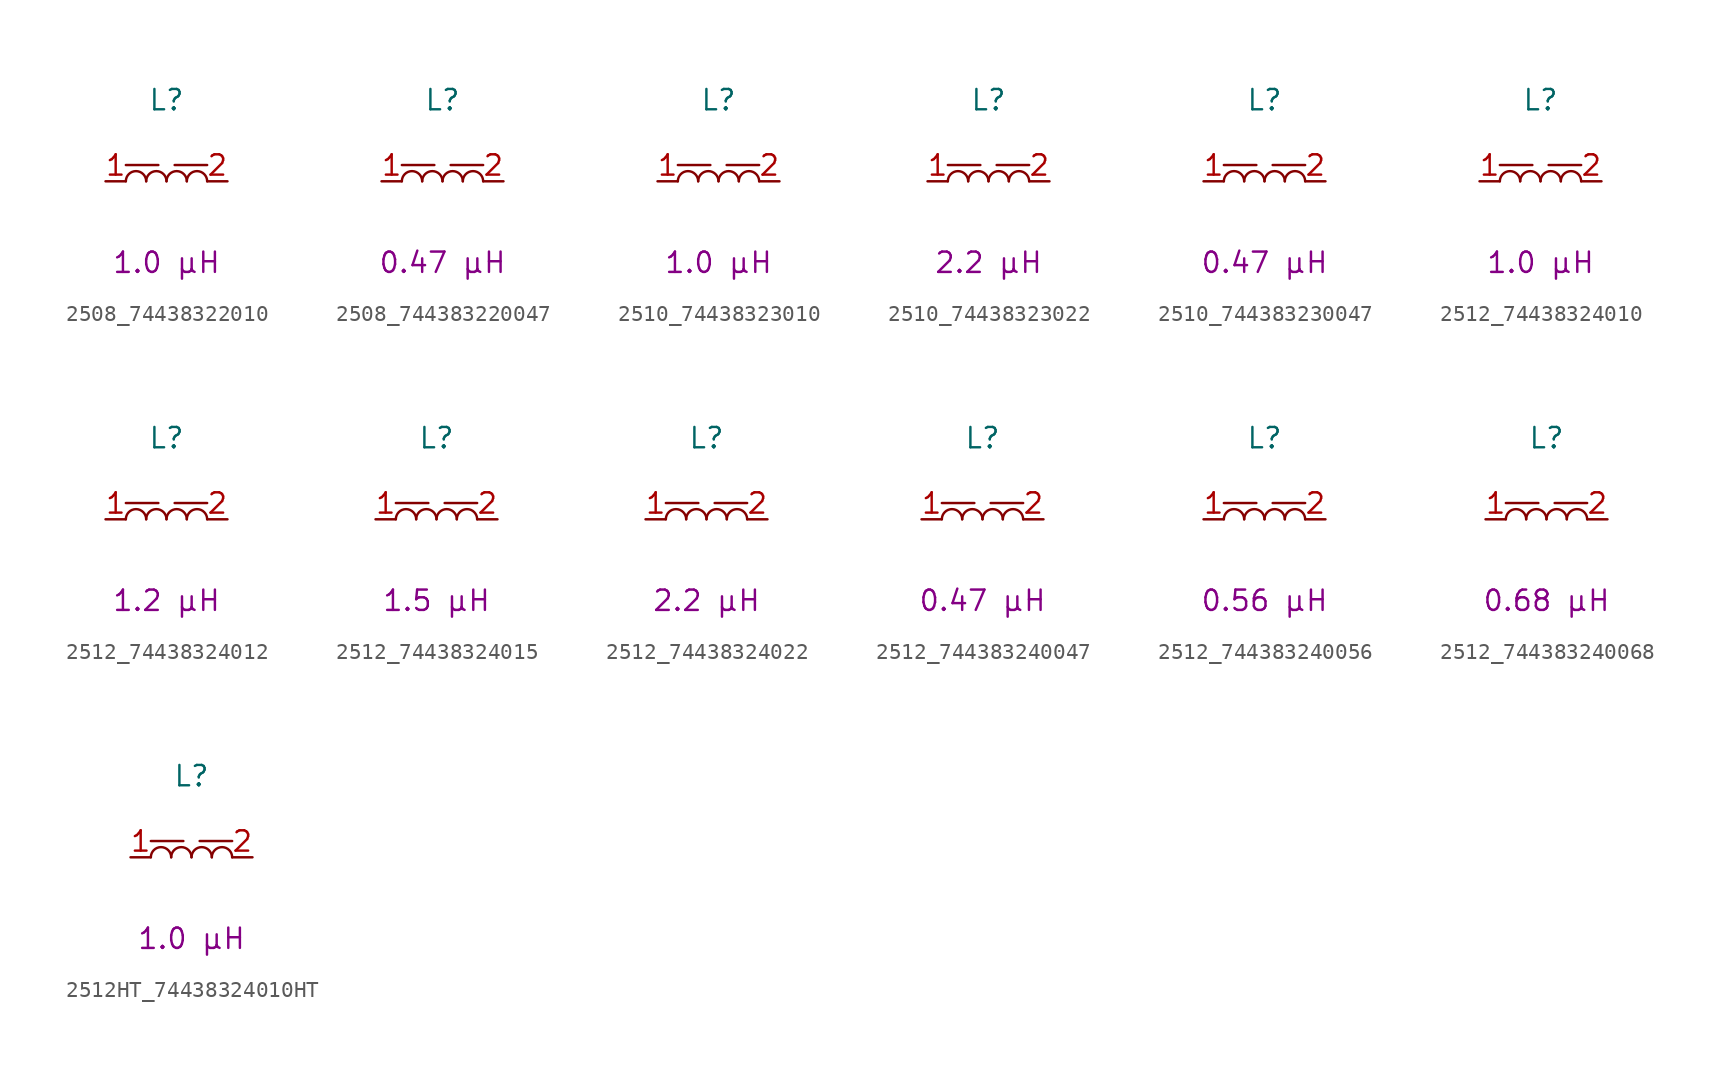
<source format=kicad_sym>
(kicad_symbol_lib
  (version 20241209)
  (generator "kicad_symbol_editor")
  (generator_version "9.0")
  (symbol "2508_74438322010"
    (pin_names
      (hide yes))
    (property "Reference" "L"
      (at 0 5.08 0)
      (effects (font (size 1.27 1.27))))
    (property "Critical Parameter" "1.0 µH"
      (at 0 -5.08 0)
      (effects (font (size 1.27 1.27))))
    (symbol "2508_74438322010_0_1"
      (polyline (pts (xy -2.54 1.016) (xy -0.508 1.016)) (stroke (width 0) (type default)) (fill (type none)))
      (arc (start -2.54 0) (mid -1.905 0.6323) (end -1.27 0) (stroke (width 0) (type default)) (fill (type none)))
      (arc (start -1.27 0) (mid -0.635 0.6323) (end 0 0) (stroke (width 0) (type default)) (fill (type none)))
      (arc (start 0 0) (mid 0.635 0.6323) (end 1.27 0) (stroke (width 0) (type default)) (fill (type none)))
      (arc (start 1.27 0) (mid 1.905 0.6323) (end 2.54 0) (stroke (width 0) (type default)) (fill (type none))))
    (symbol "2508_74438322010_1_1"
      (polyline (pts (xy 2.54 1.016) (xy 0.508 1.016)) (stroke (width 0) (type default)) (fill (type none)))
      (pin passive line (at -3.81 0 0) (length 1.27) (name "1" (effects (font (size 1.27 1.27)))) (number "1" (effects (font (size 1.27 1.27)))))
      (pin passive line (at 3.81 0 180) (length 1.27) (name "2" (effects (font (size 1.27 1.27)))) (number "2" (effects (font (size 1.27 1.27)))))))
  (symbol "2508_744383220047"
    (pin_names
      (hide yes))
    (property "Reference" "L"
      (at 0 5.08 0)
      (effects (font (size 1.27 1.27))))
    (property "Critical Parameter" "0.47 µH"
      (at 0 -5.08 0)
      (effects (font (size 1.27 1.27))))
    (symbol "2508_744383220047_0_1"
      (polyline (pts (xy -2.54 1.016) (xy -0.508 1.016)) (stroke (width 0) (type default)) (fill (type none)))
      (arc (start -2.54 0) (mid -1.905 0.6323) (end -1.27 0) (stroke (width 0) (type default)) (fill (type none)))
      (arc (start -1.27 0) (mid -0.635 0.6323) (end 0 0) (stroke (width 0) (type default)) (fill (type none)))
      (arc (start 0 0) (mid 0.635 0.6323) (end 1.27 0) (stroke (width 0) (type default)) (fill (type none)))
      (arc (start 1.27 0) (mid 1.905 0.6323) (end 2.54 0) (stroke (width 0) (type default)) (fill (type none))))
    (symbol "2508_744383220047_1_1"
      (polyline (pts (xy 2.54 1.016) (xy 0.508 1.016)) (stroke (width 0) (type default)) (fill (type none)))
      (pin passive line (at -3.81 0 0) (length 1.27) (name "1" (effects (font (size 1.27 1.27)))) (number "1" (effects (font (size 1.27 1.27)))))
      (pin passive line (at 3.81 0 180) (length 1.27) (name "2" (effects (font (size 1.27 1.27)))) (number "2" (effects (font (size 1.27 1.27)))))))
  (symbol "2510_74438323010"
    (pin_names
      (hide yes))
    (property "Reference" "L"
      (at 0 5.08 0)
      (effects (font (size 1.27 1.27))))
    (property "Critical Parameter" "1.0 µH"
      (at 0 -5.08 0)
      (effects (font (size 1.27 1.27))))
    (symbol "2510_74438323010_0_1"
      (polyline (pts (xy -2.54 1.016) (xy -0.508 1.016)) (stroke (width 0) (type default)) (fill (type none)))
      (arc (start -2.54 0) (mid -1.905 0.6323) (end -1.27 0) (stroke (width 0) (type default)) (fill (type none)))
      (arc (start -1.27 0) (mid -0.635 0.6323) (end 0 0) (stroke (width 0) (type default)) (fill (type none)))
      (arc (start 0 0) (mid 0.635 0.6323) (end 1.27 0) (stroke (width 0) (type default)) (fill (type none)))
      (arc (start 1.27 0) (mid 1.905 0.6323) (end 2.54 0) (stroke (width 0) (type default)) (fill (type none))))
    (symbol "2510_74438323010_1_1"
      (polyline (pts (xy 2.54 1.016) (xy 0.508 1.016)) (stroke (width 0) (type default)) (fill (type none)))
      (pin passive line (at -3.81 0 0) (length 1.27) (name "1" (effects (font (size 1.27 1.27)))) (number "1" (effects (font (size 1.27 1.27)))))
      (pin passive line (at 3.81 0 180) (length 1.27) (name "2" (effects (font (size 1.27 1.27)))) (number "2" (effects (font (size 1.27 1.27)))))))
  (symbol "2510_74438323022"
    (pin_names
      (hide yes))
    (property "Reference" "L"
      (at 0 5.08 0)
      (effects (font (size 1.27 1.27))))
    (property "Critical Parameter" "2.2 µH"
      (at 0 -5.08 0)
      (effects (font (size 1.27 1.27))))
    (symbol "2510_74438323022_0_1"
      (polyline (pts (xy -2.54 1.016) (xy -0.508 1.016)) (stroke (width 0) (type default)) (fill (type none)))
      (arc (start -2.54 0) (mid -1.905 0.6323) (end -1.27 0) (stroke (width 0) (type default)) (fill (type none)))
      (arc (start -1.27 0) (mid -0.635 0.6323) (end 0 0) (stroke (width 0) (type default)) (fill (type none)))
      (arc (start 0 0) (mid 0.635 0.6323) (end 1.27 0) (stroke (width 0) (type default)) (fill (type none)))
      (arc (start 1.27 0) (mid 1.905 0.6323) (end 2.54 0) (stroke (width 0) (type default)) (fill (type none))))
    (symbol "2510_74438323022_1_1"
      (polyline (pts (xy 2.54 1.016) (xy 0.508 1.016)) (stroke (width 0) (type default)) (fill (type none)))
      (pin passive line (at -3.81 0 0) (length 1.27) (name "1" (effects (font (size 1.27 1.27)))) (number "1" (effects (font (size 1.27 1.27)))))
      (pin passive line (at 3.81 0 180) (length 1.27) (name "2" (effects (font (size 1.27 1.27)))) (number "2" (effects (font (size 1.27 1.27)))))))
  (symbol "2510_744383230047"
    (pin_names
      (hide yes))
    (property "Reference" "L"
      (at 0 5.08 0)
      (effects (font (size 1.27 1.27))))
    (property "Critical Parameter" "0.47 µH"
      (at 0 -5.08 0)
      (effects (font (size 1.27 1.27))))
    (symbol "2510_744383230047_0_1"
      (polyline (pts (xy -2.54 1.016) (xy -0.508 1.016)) (stroke (width 0) (type default)) (fill (type none)))
      (arc (start -2.54 0) (mid -1.905 0.6323) (end -1.27 0) (stroke (width 0) (type default)) (fill (type none)))
      (arc (start -1.27 0) (mid -0.635 0.6323) (end 0 0) (stroke (width 0) (type default)) (fill (type none)))
      (arc (start 0 0) (mid 0.635 0.6323) (end 1.27 0) (stroke (width 0) (type default)) (fill (type none)))
      (arc (start 1.27 0) (mid 1.905 0.6323) (end 2.54 0) (stroke (width 0) (type default)) (fill (type none))))
    (symbol "2510_744383230047_1_1"
      (polyline (pts (xy 2.54 1.016) (xy 0.508 1.016)) (stroke (width 0) (type default)) (fill (type none)))
      (pin passive line (at -3.81 0 0) (length 1.27) (name "1" (effects (font (size 1.27 1.27)))) (number "1" (effects (font (size 1.27 1.27)))))
      (pin passive line (at 3.81 0 180) (length 1.27) (name "2" (effects (font (size 1.27 1.27)))) (number "2" (effects (font (size 1.27 1.27)))))))
  (symbol "2512_74438324010"
    (pin_names
      (hide yes))
    (property "Reference" "L"
      (at 0 5.08 0)
      (effects (font (size 1.27 1.27))))
    (property "Critical Parameter" "1.0 µH"
      (at 0 -5.08 0)
      (effects (font (size 1.27 1.27))))
    (symbol "2512_74438324010_0_1"
      (polyline (pts (xy -2.54 1.016) (xy -0.508 1.016)) (stroke (width 0) (type default)) (fill (type none)))
      (arc (start -2.54 0) (mid -1.905 0.6323) (end -1.27 0) (stroke (width 0) (type default)) (fill (type none)))
      (arc (start -1.27 0) (mid -0.635 0.6323) (end 0 0) (stroke (width 0) (type default)) (fill (type none)))
      (arc (start 0 0) (mid 0.635 0.6323) (end 1.27 0) (stroke (width 0) (type default)) (fill (type none)))
      (arc (start 1.27 0) (mid 1.905 0.6323) (end 2.54 0) (stroke (width 0) (type default)) (fill (type none))))
    (symbol "2512_74438324010_1_1"
      (polyline (pts (xy 2.54 1.016) (xy 0.508 1.016)) (stroke (width 0) (type default)) (fill (type none)))
      (pin passive line (at -3.81 0 0) (length 1.27) (name "1" (effects (font (size 1.27 1.27)))) (number "1" (effects (font (size 1.27 1.27)))))
      (pin passive line (at 3.81 0 180) (length 1.27) (name "2" (effects (font (size 1.27 1.27)))) (number "2" (effects (font (size 1.27 1.27)))))))
  (symbol "2512_74438324012"
    (pin_names
      (hide yes))
    (property "Reference" "L"
      (at 0 5.08 0)
      (effects (font (size 1.27 1.27))))
    (property "Critical Parameter" "1.2 µH"
      (at 0 -5.08 0)
      (effects (font (size 1.27 1.27))))
    (symbol "2512_74438324012_0_1"
      (polyline (pts (xy -2.54 1.016) (xy -0.508 1.016)) (stroke (width 0) (type default)) (fill (type none)))
      (arc (start -2.54 0) (mid -1.905 0.6323) (end -1.27 0) (stroke (width 0) (type default)) (fill (type none)))
      (arc (start -1.27 0) (mid -0.635 0.6323) (end 0 0) (stroke (width 0) (type default)) (fill (type none)))
      (arc (start 0 0) (mid 0.635 0.6323) (end 1.27 0) (stroke (width 0) (type default)) (fill (type none)))
      (arc (start 1.27 0) (mid 1.905 0.6323) (end 2.54 0) (stroke (width 0) (type default)) (fill (type none))))
    (symbol "2512_74438324012_1_1"
      (polyline (pts (xy 2.54 1.016) (xy 0.508 1.016)) (stroke (width 0) (type default)) (fill (type none)))
      (pin passive line (at -3.81 0 0) (length 1.27) (name "1" (effects (font (size 1.27 1.27)))) (number "1" (effects (font (size 1.27 1.27)))))
      (pin passive line (at 3.81 0 180) (length 1.27) (name "2" (effects (font (size 1.27 1.27)))) (number "2" (effects (font (size 1.27 1.27)))))))
  (symbol "2512_74438324015"
    (pin_names
      (hide yes))
    (property "Reference" "L"
      (at 0 5.08 0)
      (effects (font (size 1.27 1.27))))
    (property "Critical Parameter" "1.5 µH"
      (at 0 -5.08 0)
      (effects (font (size 1.27 1.27))))
    (symbol "2512_74438324015_0_1"
      (polyline (pts (xy -2.54 1.016) (xy -0.508 1.016)) (stroke (width 0) (type default)) (fill (type none)))
      (arc (start -2.54 0) (mid -1.905 0.6323) (end -1.27 0) (stroke (width 0) (type default)) (fill (type none)))
      (arc (start -1.27 0) (mid -0.635 0.6323) (end 0 0) (stroke (width 0) (type default)) (fill (type none)))
      (arc (start 0 0) (mid 0.635 0.6323) (end 1.27 0) (stroke (width 0) (type default)) (fill (type none)))
      (arc (start 1.27 0) (mid 1.905 0.6323) (end 2.54 0) (stroke (width 0) (type default)) (fill (type none))))
    (symbol "2512_74438324015_1_1"
      (polyline (pts (xy 2.54 1.016) (xy 0.508 1.016)) (stroke (width 0) (type default)) (fill (type none)))
      (pin passive line (at -3.81 0 0) (length 1.27) (name "1" (effects (font (size 1.27 1.27)))) (number "1" (effects (font (size 1.27 1.27)))))
      (pin passive line (at 3.81 0 180) (length 1.27) (name "2" (effects (font (size 1.27 1.27)))) (number "2" (effects (font (size 1.27 1.27)))))))
  (symbol "2512_74438324022"
    (pin_names
      (hide yes))
    (property "Reference" "L"
      (at 0 5.08 0)
      (effects (font (size 1.27 1.27))))
    (property "Critical Parameter" "2.2 µH"
      (at 0 -5.08 0)
      (effects (font (size 1.27 1.27))))
    (symbol "2512_74438324022_0_1"
      (polyline (pts (xy -2.54 1.016) (xy -0.508 1.016)) (stroke (width 0) (type default)) (fill (type none)))
      (arc (start -2.54 0) (mid -1.905 0.6323) (end -1.27 0) (stroke (width 0) (type default)) (fill (type none)))
      (arc (start -1.27 0) (mid -0.635 0.6323) (end 0 0) (stroke (width 0) (type default)) (fill (type none)))
      (arc (start 0 0) (mid 0.635 0.6323) (end 1.27 0) (stroke (width 0) (type default)) (fill (type none)))
      (arc (start 1.27 0) (mid 1.905 0.6323) (end 2.54 0) (stroke (width 0) (type default)) (fill (type none))))
    (symbol "2512_74438324022_1_1"
      (polyline (pts (xy 2.54 1.016) (xy 0.508 1.016)) (stroke (width 0) (type default)) (fill (type none)))
      (pin passive line (at -3.81 0 0) (length 1.27) (name "1" (effects (font (size 1.27 1.27)))) (number "1" (effects (font (size 1.27 1.27)))))
      (pin passive line (at 3.81 0 180) (length 1.27) (name "2" (effects (font (size 1.27 1.27)))) (number "2" (effects (font (size 1.27 1.27)))))))
  (symbol "2512_744383240047"
    (pin_names
      (hide yes))
    (property "Reference" "L"
      (at 0 5.08 0)
      (effects (font (size 1.27 1.27))))
    (property "Critical Parameter" "0.47 µH"
      (at 0 -5.08 0)
      (effects (font (size 1.27 1.27))))
    (symbol "2512_744383240047_0_1"
      (polyline (pts (xy -2.54 1.016) (xy -0.508 1.016)) (stroke (width 0) (type default)) (fill (type none)))
      (arc (start -2.54 0) (mid -1.905 0.6323) (end -1.27 0) (stroke (width 0) (type default)) (fill (type none)))
      (arc (start -1.27 0) (mid -0.635 0.6323) (end 0 0) (stroke (width 0) (type default)) (fill (type none)))
      (arc (start 0 0) (mid 0.635 0.6323) (end 1.27 0) (stroke (width 0) (type default)) (fill (type none)))
      (arc (start 1.27 0) (mid 1.905 0.6323) (end 2.54 0) (stroke (width 0) (type default)) (fill (type none))))
    (symbol "2512_744383240047_1_1"
      (polyline (pts (xy 2.54 1.016) (xy 0.508 1.016)) (stroke (width 0) (type default)) (fill (type none)))
      (pin passive line (at -3.81 0 0) (length 1.27) (name "1" (effects (font (size 1.27 1.27)))) (number "1" (effects (font (size 1.27 1.27)))))
      (pin passive line (at 3.81 0 180) (length 1.27) (name "2" (effects (font (size 1.27 1.27)))) (number "2" (effects (font (size 1.27 1.27)))))))
  (symbol "2512_744383240056"
    (pin_names
      (hide yes))
    (property "Reference" "L"
      (at 0 5.08 0)
      (effects (font (size 1.27 1.27))))
    (property "Critical Parameter" "0.56 µH"
      (at 0 -5.08 0)
      (effects (font (size 1.27 1.27))))
    (symbol "2512_744383240056_0_1"
      (polyline (pts (xy -2.54 1.016) (xy -0.508 1.016)) (stroke (width 0) (type default)) (fill (type none)))
      (arc (start -2.54 0) (mid -1.905 0.6323) (end -1.27 0) (stroke (width 0) (type default)) (fill (type none)))
      (arc (start -1.27 0) (mid -0.635 0.6323) (end 0 0) (stroke (width 0) (type default)) (fill (type none)))
      (arc (start 0 0) (mid 0.635 0.6323) (end 1.27 0) (stroke (width 0) (type default)) (fill (type none)))
      (arc (start 1.27 0) (mid 1.905 0.6323) (end 2.54 0) (stroke (width 0) (type default)) (fill (type none))))
    (symbol "2512_744383240056_1_1"
      (polyline (pts (xy 2.54 1.016) (xy 0.508 1.016)) (stroke (width 0) (type default)) (fill (type none)))
      (pin passive line (at -3.81 0 0) (length 1.27) (name "1" (effects (font (size 1.27 1.27)))) (number "1" (effects (font (size 1.27 1.27)))))
      (pin passive line (at 3.81 0 180) (length 1.27) (name "2" (effects (font (size 1.27 1.27)))) (number "2" (effects (font (size 1.27 1.27)))))))
  (symbol "2512_744383240068"
    (pin_names
      (hide yes))
    (property "Reference" "L"
      (at 0 5.08 0)
      (effects (font (size 1.27 1.27))))
    (property "Critical Parameter" "0.68 µH"
      (at 0 -5.08 0)
      (effects (font (size 1.27 1.27))))
    (symbol "2512_744383240068_0_1"
      (polyline (pts (xy -2.54 1.016) (xy -0.508 1.016)) (stroke (width 0) (type default)) (fill (type none)))
      (arc (start -2.54 0) (mid -1.905 0.6323) (end -1.27 0) (stroke (width 0) (type default)) (fill (type none)))
      (arc (start -1.27 0) (mid -0.635 0.6323) (end 0 0) (stroke (width 0) (type default)) (fill (type none)))
      (arc (start 0 0) (mid 0.635 0.6323) (end 1.27 0) (stroke (width 0) (type default)) (fill (type none)))
      (arc (start 1.27 0) (mid 1.905 0.6323) (end 2.54 0) (stroke (width 0) (type default)) (fill (type none))))
    (symbol "2512_744383240068_1_1"
      (polyline (pts (xy 2.54 1.016) (xy 0.508 1.016)) (stroke (width 0) (type default)) (fill (type none)))
      (pin passive line (at -3.81 0 0) (length 1.27) (name "1" (effects (font (size 1.27 1.27)))) (number "1" (effects (font (size 1.27 1.27)))))
      (pin passive line (at 3.81 0 180) (length 1.27) (name "2" (effects (font (size 1.27 1.27)))) (number "2" (effects (font (size 1.27 1.27)))))))
  (symbol "2512HT_74438324010HT"
    (pin_names
      (hide yes))
    (property "Reference" "L"
      (at 0 5.08 0)
      (effects (font (size 1.27 1.27))))
    (property "Critical Parameter" "1.0 µH"
      (at 0 -5.08 0)
      (effects (font (size 1.27 1.27))))
    (symbol "2512HT_74438324010HT_0_1"
      (polyline (pts (xy -2.54 1.016) (xy -0.508 1.016)) (stroke (width 0) (type default)) (fill (type none)))
      (arc (start -2.54 0) (mid -1.905 0.6323) (end -1.27 0) (stroke (width 0) (type default)) (fill (type none)))
      (arc (start -1.27 0) (mid -0.635 0.6323) (end 0 0) (stroke (width 0) (type default)) (fill (type none)))
      (arc (start 0 0) (mid 0.635 0.6323) (end 1.27 0) (stroke (width 0) (type default)) (fill (type none)))
      (arc (start 1.27 0) (mid 1.905 0.6323) (end 2.54 0) (stroke (width 0) (type default)) (fill (type none))))
    (symbol "2512HT_74438324010HT_1_1"
      (polyline (pts (xy 2.54 1.016) (xy 0.508 1.016)) (stroke (width 0) (type default)) (fill (type none)))
      (pin passive line (at -3.81 0 0) (length 1.27) (name "1" (effects (font (size 1.27 1.27)))) (number "1" (effects (font (size 1.27 1.27)))))
      (pin passive line (at 3.81 0 180) (length 1.27) (name "2" (effects (font (size 1.27 1.27)))) (number "2" (effects (font (size 1.27 1.27))))))))
</source>
